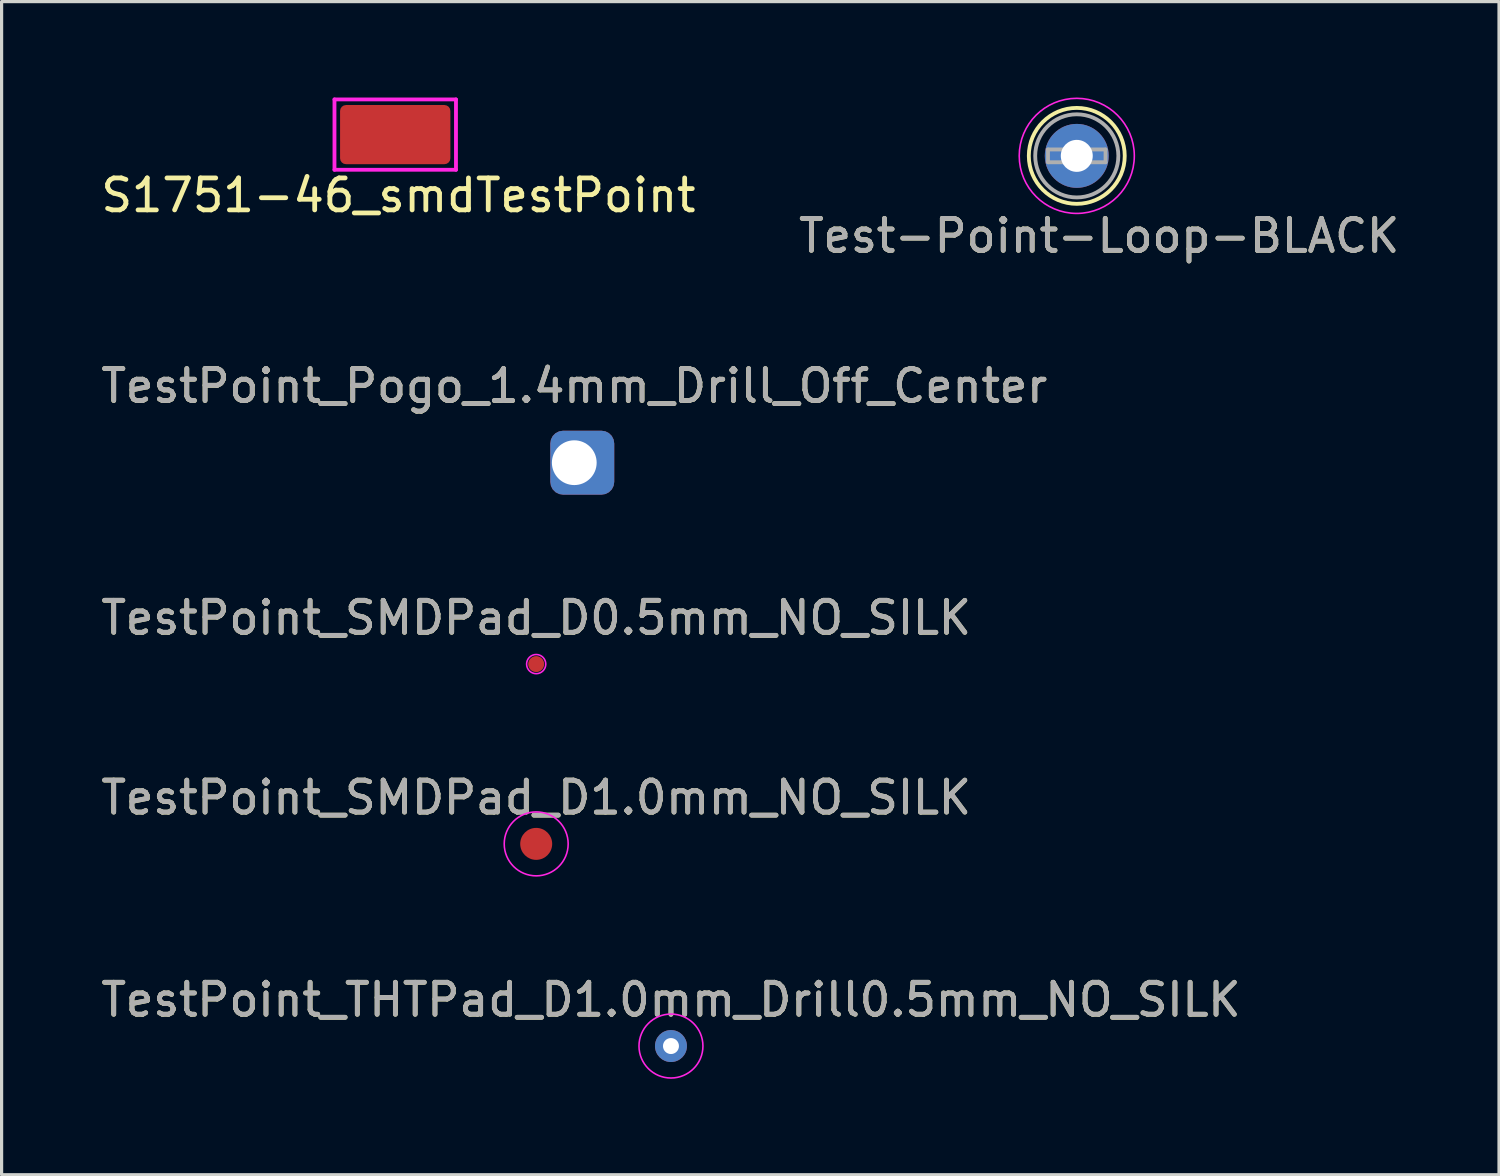
<source format=kicad_pcb>
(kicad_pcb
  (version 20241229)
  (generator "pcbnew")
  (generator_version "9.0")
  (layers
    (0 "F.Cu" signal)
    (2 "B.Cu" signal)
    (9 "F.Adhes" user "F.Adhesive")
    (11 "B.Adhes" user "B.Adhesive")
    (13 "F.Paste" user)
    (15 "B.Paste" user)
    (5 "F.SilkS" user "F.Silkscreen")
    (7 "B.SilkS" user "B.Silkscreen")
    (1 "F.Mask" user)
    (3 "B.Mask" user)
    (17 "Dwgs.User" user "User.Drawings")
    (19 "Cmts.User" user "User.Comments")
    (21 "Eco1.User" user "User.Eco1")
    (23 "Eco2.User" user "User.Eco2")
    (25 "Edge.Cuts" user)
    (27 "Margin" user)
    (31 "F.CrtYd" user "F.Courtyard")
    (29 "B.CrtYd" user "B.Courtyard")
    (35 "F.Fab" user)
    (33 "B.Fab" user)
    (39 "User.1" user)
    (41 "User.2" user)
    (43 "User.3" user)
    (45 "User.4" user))
  (footprint "TestPoint_Pogo_1.4mm_Drill_Off_Center"
    (layer "F.Cu")
    (at 14.911 11.421)
    (property "Reference" "TestPoint_Pogo_1.4mm_Drill_Off_Center" (at 0 -2.398 0) (layer "F.SilkS") (effects (font (size 1 1) (thickness 0.15))))
    (attr exclude_from_pos_files exclude_from_bom)
    (fp_text user "${REFERENCE}" (at 0 -2.4 0) (layer "F.Fab") (effects (font (size 1 1) (thickness 0.15))))
    (pad "1" thru_hole roundrect (at 0 0) (size 2 2) (drill 1.4 (offset 0.25 0)) (layers "*.Cu" "*.Mask") (roundrect_rratio 0.2)))
  (footprint "TestPoint_SMDPad_D1.0mm_NO_SILK"
    (layer "F.Cu")
    (at 13.72 23.343)
    (property "Reference" "TestPoint_SMDPad_D1.0mm_NO_SILK" (at 0 -1.448 0) (layer "F.SilkS") (effects (font (size 1 1) (thickness 0.15))))
    (attr exclude_from_pos_files exclude_from_bom)
    (fp_circle (center 0 0) (end 1 0) (stroke (width 0.05) (type solid)) (fill no) (layer "F.CrtYd"))
    (fp_text user "${REFERENCE}" (at 0 -1.45 0) (layer "F.Fab") (effects (font (size 1 1) (thickness 0.15))))
    (pad "1" smd circle (at 0 0) (size 1 1) (layers "F.Cu" "F.Mask")))
  (footprint "TestPoint_SMDPad_D0.5mm_NO_SILK"
    (layer "F.Cu")
    (at 13.72 17.72)
    (property "Reference" "TestPoint_SMDPad_D0.5mm_NO_SILK" (at 0 -1.448 0) (layer "F.SilkS") (effects (font (size 1 1) (thickness 0.15))))
    (attr exclude_from_pos_files exclude_from_bom)
    (fp_circle (center 0 0) (end 0.3 0) (stroke (width 0.05) (type solid)) (fill no) (layer "F.CrtYd"))
    (fp_text user "${REFERENCE}" (at 0 -1.45 0) (layer "F.Fab") (effects (font (size 1 1) (thickness 0.15))))
    (pad "1" smd circle (at 0 0) (size 0.5 0.5) (layers "F.Cu" "F.Mask")))
  (footprint "S1751-46_smdTestPoint"
    (layer "F.Cu")
    (at 9.311 1.16)
    (property "Reference" "S1751-46_smdTestPoint" (at 0.1 1.9 0) (layer "F.SilkS") (effects (font (size 1 1) (thickness 0.15))))
    (attr through_hole exclude_from_pos_files)
    (fp_line (start -1.9 -1.1) (end -1.9 1.1) (stroke (width 0.12) (type solid)) (layer "F.CrtYd"))
    (fp_line (start -1.9 1.1) (end 1.9 1.1) (stroke (width 0.12) (type solid)) (layer "F.CrtYd"))
    (fp_line (start 1.9 -1.1) (end -1.9 -1.1) (stroke (width 0.12) (type solid)) (layer "F.CrtYd"))
    (fp_line (start 1.9 1.1) (end 1.9 -1.1) (stroke (width 0.12) (type solid)) (layer "F.CrtYd"))
    (pad "1" smd roundrect (at 0 0) (size 3.45 1.85) (layers "F.Cu" "F.Mask" "F.Paste") (roundrect_rratio 0.1)))
  (footprint "Test-Point-Loop-BLACK"
    (layer "F.Cu")
    (at 30.627 1.825)
    (property "Reference" "Test-Point-Loop-BLACK" (at 0.7 2.5 0) (layer "F.SilkS") (effects (font (size 1 1) (thickness 0.15))))
    (attr exclude_from_pos_files)
    (fp_circle (center 0 0) (end 1.5 0) (stroke (width 0.12) (type solid)) (fill no) (layer "F.SilkS"))
    (fp_circle (center 0 0) (end 1.8 0) (stroke (width 0.05) (type solid)) (fill no) (layer "F.CrtYd"))
    (fp_line (start -0.9 -0.2) (end 0.9 -0.2) (stroke (width 0.12) (type solid)) (layer "F.Fab"))
    (fp_line (start -0.9 0.2) (end -0.9 -0.2) (stroke (width 0.12) (type solid)) (layer "F.Fab"))
    (fp_line (start 0.9 -0.2) (end 0.9 0.2) (stroke (width 0.12) (type solid)) (layer "F.Fab"))
    (fp_line (start 0.9 0.2) (end -0.9 0.2) (stroke (width 0.12) (type solid)) (layer "F.Fab"))
    (fp_circle (center 0 0) (end 1.3 0) (stroke (width 0.12) (type solid)) (fill no) (layer "F.Fab"))
    (fp_text user "${REFERENCE}" (at 0.7 2.5 0) (layer "F.Fab") (effects (font (size 1 1) (thickness 0.15))))
    (pad "1" thru_hole circle (at 0 0) (size 2 2) (drill 1) (layers "*.Cu" "*.Mask")))
  (footprint "TestPoint_THTPad_D1.0mm_Drill0.5mm_NO_SILK"
    (layer "F.Cu")
    (at 17.935 29.666)
    (property "Reference" "TestPoint_THTPad_D1.0mm_Drill0.5mm_NO_SILK" (at 0 -1.448 0) (layer "F.SilkS") (effects (font (size 1 1) (thickness 0.15))))
    (attr exclude_from_pos_files exclude_from_bom)
    (fp_circle (center 0 0) (end 1 0) (stroke (width 0.05) (type solid)) (fill no) (layer "F.CrtYd"))
    (fp_text user "${REFERENCE}" (at 0 -1.45 0) (layer "F.Fab") (effects (font (size 1 1) (thickness 0.15))))
    (pad "1" thru_hole circle (at 0 0) (size 1 1) (drill 0.5) (layers "*.Cu" "*.Mask")))
  (gr_rect
    (start -3 -3)
    (end 43.833 33.691)
    (stroke (width 0.1) (type default))
    (fill no)
    (layer "Edge.Cuts")))
</source>
